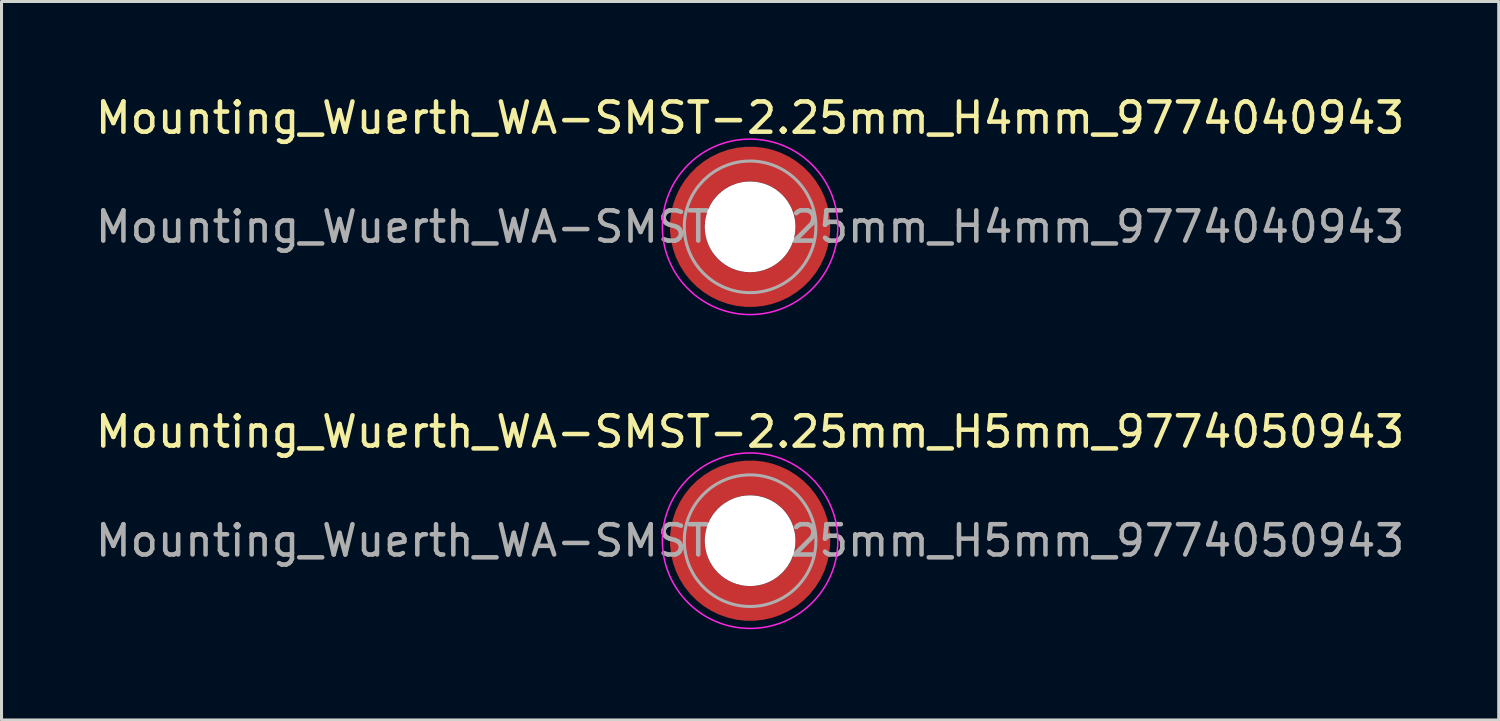
<source format=kicad_pcb>
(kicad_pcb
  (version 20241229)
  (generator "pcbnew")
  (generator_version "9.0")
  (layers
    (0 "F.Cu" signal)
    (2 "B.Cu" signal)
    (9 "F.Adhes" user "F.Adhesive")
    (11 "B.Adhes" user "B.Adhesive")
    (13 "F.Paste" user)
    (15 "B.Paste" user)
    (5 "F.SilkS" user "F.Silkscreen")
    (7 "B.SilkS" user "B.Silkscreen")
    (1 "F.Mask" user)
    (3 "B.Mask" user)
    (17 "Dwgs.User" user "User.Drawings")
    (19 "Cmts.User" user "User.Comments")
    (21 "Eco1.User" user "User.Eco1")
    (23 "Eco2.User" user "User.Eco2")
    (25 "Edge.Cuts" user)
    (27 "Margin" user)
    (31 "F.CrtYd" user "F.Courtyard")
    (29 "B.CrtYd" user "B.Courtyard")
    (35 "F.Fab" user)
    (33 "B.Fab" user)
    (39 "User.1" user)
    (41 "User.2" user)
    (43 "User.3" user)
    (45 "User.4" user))
  (footprint "Mounting_Wuerth_WA-SMST-2.25mm_H5mm_9774050943"
    (layer "F.Cu")
    (at 21.744 14.822)
    (property "Reference" "Mounting_Wuerth_WA-SMST-2.25mm_H5mm_9774050943" (at 0 -3.6 0) (layer "F.SilkS") (effects (font (size 1 1) (thickness 0.15))))
    (attr smd)
    (fp_circle (center 0 0) (end 2.9 0) (stroke (width 0.05) (type solid)) (fill no) (layer "F.CrtYd"))
    (fp_circle (center 0 0) (end 2.175 0) (stroke (width 0.1) (type solid)) (fill no) (layer "F.Fab"))
    (fp_text user "${REFERENCE}" (at 0 0 0) (layer "F.Fab") (effects (font (size 1 1) (thickness 0.15))))
    (pad "" smd custom (at -1.453 -1.453) (size 0.61 0.61) (layers "F.Paste") (options (anchor circle)) (primitives (gr_arc (start -0.147677 1.053104) (mid 0.286378 0.286378) (end 1.053104 -0.147677) (width 0.2)) (gr_arc (start -0.240295 1.053104) (mid 0.222738 0.222738) (end 1.053104 -0.240295) (width 0.2)) (gr_arc (start -0.332645 1.053104) (mid 0.159099 0.159099) (end 1.053104 -0.332645) (width 0.2)) (gr_arc (start -0.424767 1.053104) (mid 0.095459 0.095459) (end 1.053104 -0.424767) (width 0.2)) (gr_arc (start -0.516693 1.053104) (mid 0.031819 0.031819) (end 1.053104 -0.516693) (width 0.2)) (gr_arc (start -0.608448 1.053104) (mid -0.03182 -0.03182) (end 1.053104 -0.608448) (width 0.2)) (gr_arc (start -0.700056 1.053104) (mid -0.09546 -0.09546) (end 1.053104 -0.700056) (width 0.2)) (gr_arc (start -0.791534 1.053104) (mid -0.159099 -0.159099) (end 1.053104 -0.791534) (width 0.2)) (gr_arc (start -0.882896 1.053104) (mid -0.222738 -0.222738) (end 1.053104 -0.882896) (width 0.2)) (gr_arc (start -0.974157 1.053104) (mid -0.286378 -0.286378) (end 1.053104 -0.974157) (width 0.2)) (gr_line (start 1.053 -0.148) (end 1.053 -0.974) (width 0.2)) (gr_line (start -0.148 1.053) (end -0.974 1.053) (width 0.2))))
    (pad "" smd custom (at -1.453 1.453) (size 0.61 0.61) (layers "F.Paste") (options (anchor circle)) (primitives (gr_arc (start 1.053104 0.147677) (mid 0.286378 -0.286378) (end -0.147677 -1.053104) (width 0.2)) (gr_arc (start 1.053104 0.240295) (mid 0.222738 -0.222738) (end -0.240295 -1.053104) (width 0.2)) (gr_arc (start 1.053104 0.332645) (mid 0.159099 -0.159099) (end -0.332645 -1.053104) (width 0.2)) (gr_arc (start 1.053104 0.424767) (mid 0.095459 -0.095459) (end -0.424767 -1.053104) (width 0.2)) (gr_arc (start 1.053104 0.516693) (mid 0.031819 -0.031819) (end -0.516693 -1.053104) (width 0.2)) (gr_arc (start 1.053104 0.608448) (mid -0.03182 0.03182) (end -0.608448 -1.053104) (width 0.2)) (gr_arc (start 1.053104 0.700056) (mid -0.09546 0.09546) (end -0.700056 -1.053104) (width 0.2)) (gr_arc (start 1.053104 0.791534) (mid -0.159099 0.159099) (end -0.791534 -1.053104) (width 0.2)) (gr_arc (start 1.053104 0.882896) (mid -0.222738 0.222738) (end -0.882896 -1.053104) (width 0.2)) (gr_arc (start 1.053104 0.974157) (mid -0.286378 0.286378) (end -0.974157 -1.053104) (width 0.2)) (gr_line (start -0.148 -1.053) (end -0.974 -1.053) (width 0.2)) (gr_line (start 1.053 0.148) (end 1.053 0.974) (width 0.2))))
    (pad "" np_thru_hole circle (at 0 0) (size 3 3) (drill 3) (layers "*.Cu" "*.Mask"))
    (pad "" smd custom (at 1.453 -1.453) (size 0.61 0.61) (layers "F.Paste") (options (anchor circle)) (primitives (gr_arc (start -1.053104 -0.147677) (mid -0.286378 0.286378) (end 0.147677 1.053104) (width 0.2)) (gr_arc (start -1.053104 -0.240295) (mid -0.222738 0.222738) (end 0.240295 1.053104) (width 0.2)) (gr_arc (start -1.053104 -0.332645) (mid -0.159099 0.159099) (end 0.332645 1.053104) (width 0.2)) (gr_arc (start -1.053104 -0.424767) (mid -0.095459 0.095459) (end 0.424767 1.053104) (width 0.2)) (gr_arc (start -1.053104 -0.516693) (mid -0.031819 0.031819) (end 0.516693 1.053104) (width 0.2)) (gr_arc (start -1.053104 -0.608448) (mid 0.03182 -0.03182) (end 0.608448 1.053104) (width 0.2)) (gr_arc (start -1.053104 -0.700056) (mid 0.09546 -0.09546) (end 0.700056 1.053104) (width 0.2)) (gr_arc (start -1.053104 -0.791534) (mid 0.159099 -0.159099) (end 0.791534 1.053104) (width 0.2)) (gr_arc (start -1.053104 -0.882896) (mid 0.222738 -0.222738) (end 0.882896 1.053104) (width 0.2)) (gr_arc (start -1.053104 -0.974157) (mid 0.286378 -0.286378) (end 0.974157 1.053104) (width 0.2)) (gr_line (start 0.148 1.053) (end 0.974 1.053) (width 0.2)) (gr_line (start -1.053 -0.148) (end -1.053 -0.974) (width 0.2))))
    (pad "" smd custom (at 1.453 1.453) (size 0.61 0.61) (layers "F.Paste") (options (anchor circle)) (primitives (gr_arc (start 0.147677 -1.053104) (mid -0.286378 -0.286378) (end -1.053104 0.147677) (width 0.2)) (gr_arc (start 0.240295 -1.053104) (mid -0.222738 -0.222738) (end -1.053104 0.240295) (width 0.2)) (gr_arc (start 0.332645 -1.053104) (mid -0.159099 -0.159099) (end -1.053104 0.332645) (width 0.2)) (gr_arc (start 0.424767 -1.053104) (mid -0.095459 -0.095459) (end -1.053104 0.424767) (width 0.2)) (gr_arc (start 0.516693 -1.053104) (mid -0.031819 -0.031819) (end -1.053104 0.516693) (width 0.2)) (gr_arc (start 0.608448 -1.053104) (mid 0.03182 0.03182) (end -1.053104 0.608448) (width 0.2)) (gr_arc (start 0.700056 -1.053104) (mid 0.09546 0.09546) (end -1.053104 0.700056) (width 0.2)) (gr_arc (start 0.791534 -1.053104) (mid 0.159099 0.159099) (end -1.053104 0.791534) (width 0.2)) (gr_arc (start 0.882896 -1.053104) (mid 0.222738 0.222738) (end -1.053104 0.882896) (width 0.2)) (gr_arc (start 0.974157 -1.053104) (mid 0.286378 0.286378) (end -1.053104 0.974157) (width 0.2)) (gr_line (start -1.053 0.148) (end -1.053 0.974) (width 0.2)) (gr_line (start 0.148 -1.053) (end 0.974 -1.053) (width 0.2))))
    (pad "1" smd circle (at -2.075 0) (size 0.75 0.75) (layers "F.Cu"))
    (pad "1" smd circle (at 0 -2.075) (size 0.75 0.75) (layers "F.Cu"))
    (pad "1" smd circle (at 0 2.075) (size 0.75 0.75) (layers "F.Cu"))
    (pad "1" smd custom (at 2.075 0) (size 0.75 0.75) (layers "F.Cu" "F.Mask") (options (anchor circle)) (primitives (gr_circle (center -2.075 0) (end 0 0) (width 1.15) (fill no)))))
  (footprint "Mounting_Wuerth_WA-SMST-2.25mm_H4mm_9774040943"
    (layer "F.Cu")
    (at 21.744 4.448)
    (property "Reference" "Mounting_Wuerth_WA-SMST-2.25mm_H4mm_9774040943" (at 0 -3.6 0) (layer "F.SilkS") (effects (font (size 1 1) (thickness 0.15))))
    (attr smd)
    (fp_circle (center 0 0) (end 2.9 0) (stroke (width 0.05) (type solid)) (fill no) (layer "F.CrtYd"))
    (fp_circle (center 0 0) (end 2.175 0) (stroke (width 0.1) (type solid)) (fill no) (layer "F.Fab"))
    (fp_text user "${REFERENCE}" (at 0 0 0) (layer "F.Fab") (effects (font (size 1 1) (thickness 0.15))))
    (pad "" smd custom (at -1.453 -1.453) (size 0.61 0.61) (layers "F.Paste") (options (anchor circle)) (primitives (gr_arc (start -0.147677 1.053104) (mid 0.286378 0.286378) (end 1.053104 -0.147677) (width 0.2)) (gr_arc (start -0.240295 1.053104) (mid 0.222738 0.222738) (end 1.053104 -0.240295) (width 0.2)) (gr_arc (start -0.332645 1.053104) (mid 0.159099 0.159099) (end 1.053104 -0.332645) (width 0.2)) (gr_arc (start -0.424767 1.053104) (mid 0.095459 0.095459) (end 1.053104 -0.424767) (width 0.2)) (gr_arc (start -0.516693 1.053104) (mid 0.031819 0.031819) (end 1.053104 -0.516693) (width 0.2)) (gr_arc (start -0.608448 1.053104) (mid -0.03182 -0.03182) (end 1.053104 -0.608448) (width 0.2)) (gr_arc (start -0.700056 1.053104) (mid -0.09546 -0.09546) (end 1.053104 -0.700056) (width 0.2)) (gr_arc (start -0.791534 1.053104) (mid -0.159099 -0.159099) (end 1.053104 -0.791534) (width 0.2)) (gr_arc (start -0.882896 1.053104) (mid -0.222738 -0.222738) (end 1.053104 -0.882896) (width 0.2)) (gr_arc (start -0.974157 1.053104) (mid -0.286378 -0.286378) (end 1.053104 -0.974157) (width 0.2)) (gr_line (start 1.053 -0.148) (end 1.053 -0.974) (width 0.2)) (gr_line (start -0.148 1.053) (end -0.974 1.053) (width 0.2))))
    (pad "" smd custom (at -1.453 1.453) (size 0.61 0.61) (layers "F.Paste") (options (anchor circle)) (primitives (gr_arc (start 1.053104 0.147677) (mid 0.286378 -0.286378) (end -0.147677 -1.053104) (width 0.2)) (gr_arc (start 1.053104 0.240295) (mid 0.222738 -0.222738) (end -0.240295 -1.053104) (width 0.2)) (gr_arc (start 1.053104 0.332645) (mid 0.159099 -0.159099) (end -0.332645 -1.053104) (width 0.2)) (gr_arc (start 1.053104 0.424767) (mid 0.095459 -0.095459) (end -0.424767 -1.053104) (width 0.2)) (gr_arc (start 1.053104 0.516693) (mid 0.031819 -0.031819) (end -0.516693 -1.053104) (width 0.2)) (gr_arc (start 1.053104 0.608448) (mid -0.03182 0.03182) (end -0.608448 -1.053104) (width 0.2)) (gr_arc (start 1.053104 0.700056) (mid -0.09546 0.09546) (end -0.700056 -1.053104) (width 0.2)) (gr_arc (start 1.053104 0.791534) (mid -0.159099 0.159099) (end -0.791534 -1.053104) (width 0.2)) (gr_arc (start 1.053104 0.882896) (mid -0.222738 0.222738) (end -0.882896 -1.053104) (width 0.2)) (gr_arc (start 1.053104 0.974157) (mid -0.286378 0.286378) (end -0.974157 -1.053104) (width 0.2)) (gr_line (start -0.148 -1.053) (end -0.974 -1.053) (width 0.2)) (gr_line (start 1.053 0.148) (end 1.053 0.974) (width 0.2))))
    (pad "" np_thru_hole circle (at 0 0) (size 3 3) (drill 3) (layers "*.Cu" "*.Mask"))
    (pad "" smd custom (at 1.453 -1.453) (size 0.61 0.61) (layers "F.Paste") (options (anchor circle)) (primitives (gr_arc (start -1.053104 -0.147677) (mid -0.286378 0.286378) (end 0.147677 1.053104) (width 0.2)) (gr_arc (start -1.053104 -0.240295) (mid -0.222738 0.222738) (end 0.240295 1.053104) (width 0.2)) (gr_arc (start -1.053104 -0.332645) (mid -0.159099 0.159099) (end 0.332645 1.053104) (width 0.2)) (gr_arc (start -1.053104 -0.424767) (mid -0.095459 0.095459) (end 0.424767 1.053104) (width 0.2)) (gr_arc (start -1.053104 -0.516693) (mid -0.031819 0.031819) (end 0.516693 1.053104) (width 0.2)) (gr_arc (start -1.053104 -0.608448) (mid 0.03182 -0.03182) (end 0.608448 1.053104) (width 0.2)) (gr_arc (start -1.053104 -0.700056) (mid 0.09546 -0.09546) (end 0.700056 1.053104) (width 0.2)) (gr_arc (start -1.053104 -0.791534) (mid 0.159099 -0.159099) (end 0.791534 1.053104) (width 0.2)) (gr_arc (start -1.053104 -0.882896) (mid 0.222738 -0.222738) (end 0.882896 1.053104) (width 0.2)) (gr_arc (start -1.053104 -0.974157) (mid 0.286378 -0.286378) (end 0.974157 1.053104) (width 0.2)) (gr_line (start 0.148 1.053) (end 0.974 1.053) (width 0.2)) (gr_line (start -1.053 -0.148) (end -1.053 -0.974) (width 0.2))))
    (pad "" smd custom (at 1.453 1.453) (size 0.61 0.61) (layers "F.Paste") (options (anchor circle)) (primitives (gr_arc (start 0.147677 -1.053104) (mid -0.286378 -0.286378) (end -1.053104 0.147677) (width 0.2)) (gr_arc (start 0.240295 -1.053104) (mid -0.222738 -0.222738) (end -1.053104 0.240295) (width 0.2)) (gr_arc (start 0.332645 -1.053104) (mid -0.159099 -0.159099) (end -1.053104 0.332645) (width 0.2)) (gr_arc (start 0.424767 -1.053104) (mid -0.095459 -0.095459) (end -1.053104 0.424767) (width 0.2)) (gr_arc (start 0.516693 -1.053104) (mid -0.031819 -0.031819) (end -1.053104 0.516693) (width 0.2)) (gr_arc (start 0.608448 -1.053104) (mid 0.03182 0.03182) (end -1.053104 0.608448) (width 0.2)) (gr_arc (start 0.700056 -1.053104) (mid 0.09546 0.09546) (end -1.053104 0.700056) (width 0.2)) (gr_arc (start 0.791534 -1.053104) (mid 0.159099 0.159099) (end -1.053104 0.791534) (width 0.2)) (gr_arc (start 0.882896 -1.053104) (mid 0.222738 0.222738) (end -1.053104 0.882896) (width 0.2)) (gr_arc (start 0.974157 -1.053104) (mid 0.286378 0.286378) (end -1.053104 0.974157) (width 0.2)) (gr_line (start -1.053 0.148) (end -1.053 0.974) (width 0.2)) (gr_line (start 0.148 -1.053) (end 0.974 -1.053) (width 0.2))))
    (pad "1" smd circle (at -2.075 0) (size 0.75 0.75) (layers "F.Cu"))
    (pad "1" smd circle (at 0 -2.075) (size 0.75 0.75) (layers "F.Cu"))
    (pad "1" smd circle (at 0 2.075) (size 0.75 0.75) (layers "F.Cu"))
    (pad "1" smd custom (at 2.075 0) (size 0.75 0.75) (layers "F.Cu" "F.Mask") (options (anchor circle)) (primitives (gr_circle (center -2.075 0) (end 0 0) (width 1.15) (fill no)))))
  (gr_rect
    (start -3 -3)
    (end 46.488 20.747)
    (stroke (width 0.1) (type default))
    (fill no)
    (layer "Edge.Cuts")))
</source>
